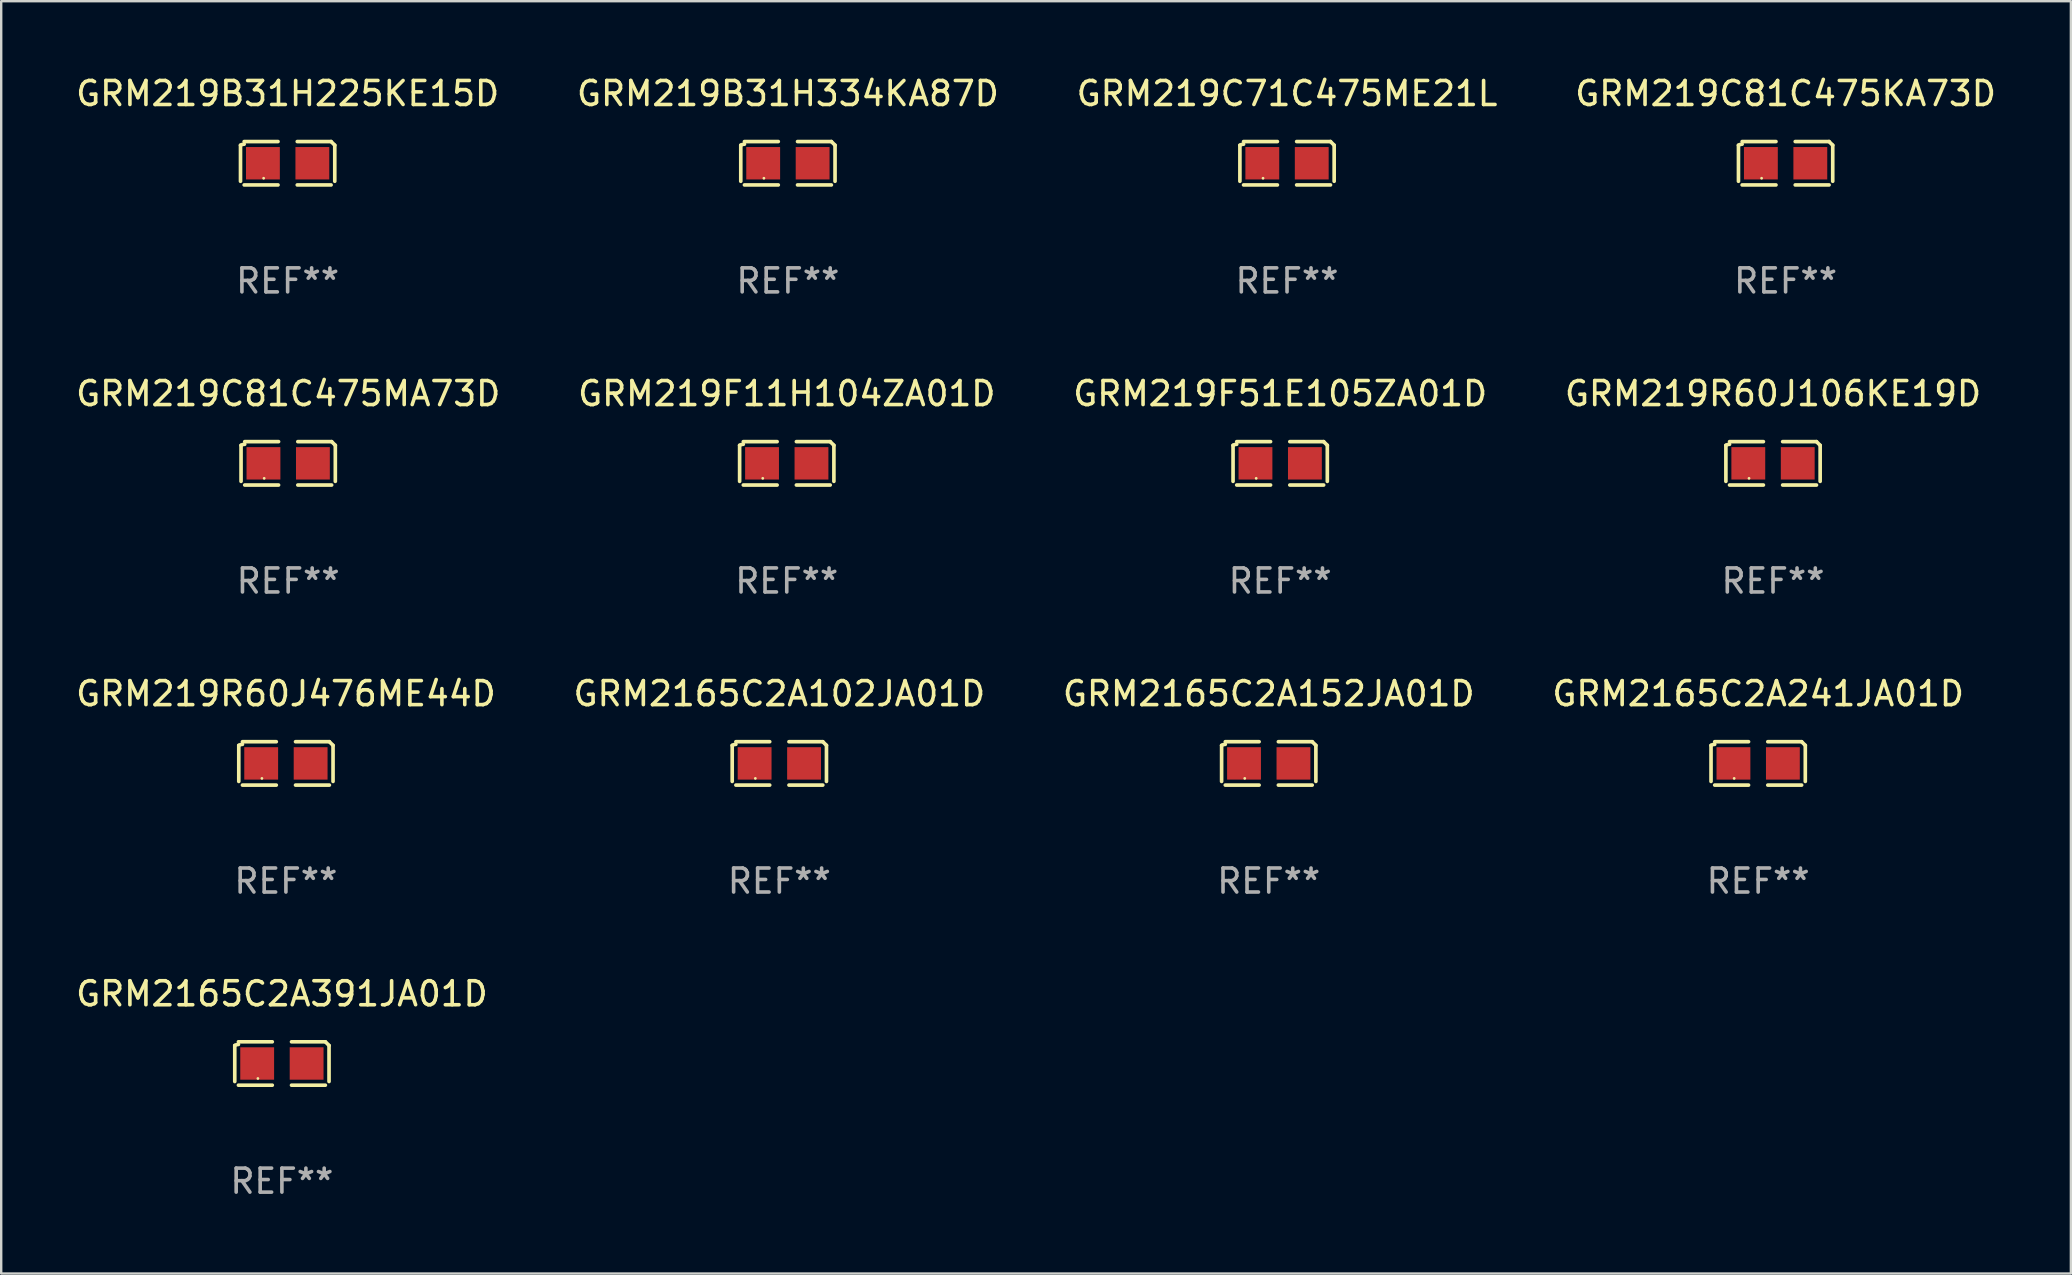
<source format=kicad_pcb>
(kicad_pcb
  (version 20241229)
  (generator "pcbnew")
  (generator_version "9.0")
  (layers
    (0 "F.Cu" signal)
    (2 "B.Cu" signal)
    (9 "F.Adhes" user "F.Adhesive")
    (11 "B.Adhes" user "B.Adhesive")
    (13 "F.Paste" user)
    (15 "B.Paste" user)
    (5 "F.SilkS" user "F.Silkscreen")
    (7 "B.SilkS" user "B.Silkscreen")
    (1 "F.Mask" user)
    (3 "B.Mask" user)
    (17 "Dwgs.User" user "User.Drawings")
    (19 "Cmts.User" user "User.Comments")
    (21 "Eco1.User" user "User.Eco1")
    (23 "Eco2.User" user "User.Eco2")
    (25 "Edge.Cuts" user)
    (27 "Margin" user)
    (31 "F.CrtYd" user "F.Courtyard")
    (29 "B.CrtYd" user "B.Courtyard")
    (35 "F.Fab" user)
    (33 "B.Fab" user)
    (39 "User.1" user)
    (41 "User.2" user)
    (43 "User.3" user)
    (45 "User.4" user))
  (footprint "GRM2165C2A241JA01D"
    (layer "F.Cu")
    (at 70.208 28.759)
    (property "Reference" "GRM2165C2A241JA01D" (at 0 -2.904 0) (layer "F.SilkS") (effects (font (size 1 1) (thickness 0.15))))
    (attr through_hole)
    (fp_line (start -1.964 0.751) (end -1.964 -0.751) (stroke (width 0.152) (type solid)) (layer "F.SilkS"))
    (fp_line (start -1.811 -0.904) (end -0.401 -0.904) (stroke (width 0.152) (type solid)) (layer "F.SilkS"))
    (fp_line (start -0.401 0.904) (end -1.811 0.904) (stroke (width 0.152) (type solid)) (layer "F.SilkS"))
    (fp_line (start 0.401 0.904) (end 1.811 0.904) (stroke (width 0.152) (type solid)) (layer "F.SilkS"))
    (fp_line (start 1.811 -0.904) (end 0.401 -0.904) (stroke (width 0.152) (type solid)) (layer "F.SilkS"))
    (fp_line (start 1.964 0.751) (end 1.964 -0.751) (stroke (width 0.152) (type solid)) (layer "F.SilkS"))
    (fp_arc (start -1.963602 -0.751207) (mid -1.890354 -0.783131) (end -1.811201 -0.794044) (stroke (width 0.1524) (type solid)) (layer "F.SilkS"))
    (fp_arc (start 1.811202 -0.903607) (mid 1.887413 -0.827418) (end 1.963602 -0.751207) (stroke (width 0.1524) (type solid)) (layer "F.SilkS"))
    (fp_circle (center -1 0.625) (end -0.97 0.625) (stroke (width 0.06) (type solid)) (fill no) (layer "F.SilkS"))
    (fp_text user "REF**" (at 0 4.904 0) (layer "F.Fab") (effects (font (size 1 1) (thickness 0.15))))
    (pad "1" smd rect (at -1.03 0) (size 1.41 1.35) (layers "F.Cu" "F.Mask" "F.Paste"))
    (pad "2" smd rect (at 1.03 0) (size 1.41 1.35) (layers "F.Cu" "F.Mask" "F.Paste")))
  (footprint "GRM219C71C475ME21L"
    (layer "F.Cu")
    (at 50.577 3.752)
    (property "Reference" "GRM219C71C475ME21L" (at 0 -2.904 0) (layer "F.SilkS") (effects (font (size 1 1) (thickness 0.15))))
    (attr through_hole)
    (fp_line (start -1.964 0.751) (end -1.964 -0.751) (stroke (width 0.152) (type solid)) (layer "F.SilkS"))
    (fp_line (start -1.811 -0.904) (end -0.401 -0.904) (stroke (width 0.152) (type solid)) (layer "F.SilkS"))
    (fp_line (start -0.401 0.904) (end -1.811 0.904) (stroke (width 0.152) (type solid)) (layer "F.SilkS"))
    (fp_line (start 0.401 0.904) (end 1.811 0.904) (stroke (width 0.152) (type solid)) (layer "F.SilkS"))
    (fp_line (start 1.811 -0.904) (end 0.401 -0.904) (stroke (width 0.152) (type solid)) (layer "F.SilkS"))
    (fp_line (start 1.964 0.751) (end 1.964 -0.751) (stroke (width 0.152) (type solid)) (layer "F.SilkS"))
    (fp_arc (start -1.963602 -0.751207) (mid -1.890354 -0.783131) (end -1.811201 -0.794044) (stroke (width 0.1524) (type solid)) (layer "F.SilkS"))
    (fp_arc (start 1.811202 -0.903607) (mid 1.887413 -0.827418) (end 1.963602 -0.751207) (stroke (width 0.1524) (type solid)) (layer "F.SilkS"))
    (fp_circle (center -1 0.625) (end -0.97 0.625) (stroke (width 0.06) (type solid)) (fill no) (layer "F.SilkS"))
    (fp_text user "REF**" (at 0 4.904 0) (layer "F.Fab") (effects (font (size 1 1) (thickness 0.15))))
    (pad "1" smd rect (at -1.03 0) (size 1.41 1.35) (layers "F.Cu" "F.Mask" "F.Paste"))
    (pad "2" smd rect (at 1.03 0) (size 1.41 1.35) (layers "F.Cu" "F.Mask" "F.Paste")))
  (footprint "GRM2165C2A152JA01D"
    (layer "F.Cu")
    (at 49.815 28.759)
    (property "Reference" "GRM2165C2A152JA01D" (at 0 -2.904 0) (layer "F.SilkS") (effects (font (size 1 1) (thickness 0.15))))
    (attr through_hole)
    (fp_line (start -1.964 0.751) (end -1.964 -0.751) (stroke (width 0.152) (type solid)) (layer "F.SilkS"))
    (fp_line (start -1.811 -0.904) (end -0.401 -0.904) (stroke (width 0.152) (type solid)) (layer "F.SilkS"))
    (fp_line (start -0.401 0.904) (end -1.811 0.904) (stroke (width 0.152) (type solid)) (layer "F.SilkS"))
    (fp_line (start 0.401 0.904) (end 1.811 0.904) (stroke (width 0.152) (type solid)) (layer "F.SilkS"))
    (fp_line (start 1.811 -0.904) (end 0.401 -0.904) (stroke (width 0.152) (type solid)) (layer "F.SilkS"))
    (fp_line (start 1.964 0.751) (end 1.964 -0.751) (stroke (width 0.152) (type solid)) (layer "F.SilkS"))
    (fp_arc (start -1.963602 -0.751207) (mid -1.890354 -0.783131) (end -1.811201 -0.794044) (stroke (width 0.1524) (type solid)) (layer "F.SilkS"))
    (fp_arc (start 1.811202 -0.903607) (mid 1.887413 -0.827418) (end 1.963602 -0.751207) (stroke (width 0.1524) (type solid)) (layer "F.SilkS"))
    (fp_circle (center -1 0.625) (end -0.97 0.625) (stroke (width 0.06) (type solid)) (fill no) (layer "F.SilkS"))
    (fp_text user "REF**" (at 0 4.904 0) (layer "F.Fab") (effects (font (size 1 1) (thickness 0.15))))
    (pad "1" smd rect (at -1.03 0) (size 1.41 1.35) (layers "F.Cu" "F.Mask" "F.Paste"))
    (pad "2" smd rect (at 1.03 0) (size 1.41 1.35) (layers "F.Cu" "F.Mask" "F.Paste")))
  (footprint "GRM2165C2A102JA01D"
    (layer "F.Cu")
    (at 29.423 28.759)
    (property "Reference" "GRM2165C2A102JA01D" (at 0 -2.904 0) (layer "F.SilkS") (effects (font (size 1 1) (thickness 0.15))))
    (attr through_hole)
    (fp_line (start -1.964 0.751) (end -1.964 -0.751) (stroke (width 0.152) (type solid)) (layer "F.SilkS"))
    (fp_line (start -1.811 -0.904) (end -0.401 -0.904) (stroke (width 0.152) (type solid)) (layer "F.SilkS"))
    (fp_line (start -0.401 0.904) (end -1.811 0.904) (stroke (width 0.152) (type solid)) (layer "F.SilkS"))
    (fp_line (start 0.401 0.904) (end 1.811 0.904) (stroke (width 0.152) (type solid)) (layer "F.SilkS"))
    (fp_line (start 1.811 -0.904) (end 0.401 -0.904) (stroke (width 0.152) (type solid)) (layer "F.SilkS"))
    (fp_line (start 1.964 0.751) (end 1.964 -0.751) (stroke (width 0.152) (type solid)) (layer "F.SilkS"))
    (fp_arc (start -1.963602 -0.751207) (mid -1.890354 -0.783131) (end -1.811201 -0.794044) (stroke (width 0.1524) (type solid)) (layer "F.SilkS"))
    (fp_arc (start 1.811202 -0.903607) (mid 1.887413 -0.827418) (end 1.963602 -0.751207) (stroke (width 0.1524) (type solid)) (layer "F.SilkS"))
    (fp_circle (center -1 0.625) (end -0.97 0.625) (stroke (width 0.06) (type solid)) (fill no) (layer "F.SilkS"))
    (fp_text user "REF**" (at 0 4.904 0) (layer "F.Fab") (effects (font (size 1 1) (thickness 0.15))))
    (pad "1" smd rect (at -1.03 0) (size 1.41 1.35) (layers "F.Cu" "F.Mask" "F.Paste"))
    (pad "2" smd rect (at 1.03 0) (size 1.41 1.35) (layers "F.Cu" "F.Mask" "F.Paste")))
  (footprint "GRM219F11H104ZA01D"
    (layer "F.Cu")
    (at 29.732 16.256)
    (property "Reference" "GRM219F11H104ZA01D" (at 0 -2.904 0) (layer "F.SilkS") (effects (font (size 1 1) (thickness 0.15))))
    (attr through_hole)
    (fp_line (start -1.964 0.751) (end -1.964 -0.751) (stroke (width 0.152) (type solid)) (layer "F.SilkS"))
    (fp_line (start -1.811 -0.904) (end -0.401 -0.904) (stroke (width 0.152) (type solid)) (layer "F.SilkS"))
    (fp_line (start -0.401 0.904) (end -1.811 0.904) (stroke (width 0.152) (type solid)) (layer "F.SilkS"))
    (fp_line (start 0.401 0.904) (end 1.811 0.904) (stroke (width 0.152) (type solid)) (layer "F.SilkS"))
    (fp_line (start 1.811 -0.904) (end 0.401 -0.904) (stroke (width 0.152) (type solid)) (layer "F.SilkS"))
    (fp_line (start 1.964 0.751) (end 1.964 -0.751) (stroke (width 0.152) (type solid)) (layer "F.SilkS"))
    (fp_arc (start -1.963602 -0.751207) (mid -1.890354 -0.783131) (end -1.811201 -0.794044) (stroke (width 0.1524) (type solid)) (layer "F.SilkS"))
    (fp_arc (start 1.811202 -0.903607) (mid 1.887413 -0.827418) (end 1.963602 -0.751207) (stroke (width 0.1524) (type solid)) (layer "F.SilkS"))
    (fp_circle (center -1 0.625) (end -0.97 0.625) (stroke (width 0.06) (type solid)) (fill no) (layer "F.SilkS"))
    (fp_text user "REF**" (at 0 4.904 0) (layer "F.Fab") (effects (font (size 1 1) (thickness 0.15))))
    (pad "1" smd rect (at -1.03 0) (size 1.41 1.35) (layers "F.Cu" "F.Mask" "F.Paste"))
    (pad "2" smd rect (at 1.03 0) (size 1.41 1.35) (layers "F.Cu" "F.Mask" "F.Paste")))
  (footprint "GRM219C81C475MA73D"
    (layer "F.Cu")
    (at 8.958 16.256)
    (property "Reference" "GRM219C81C475MA73D" (at 0 -2.904 0) (layer "F.SilkS") (effects (font (size 1 1) (thickness 0.15))))
    (attr through_hole)
    (fp_line (start -1.964 0.751) (end -1.964 -0.751) (stroke (width 0.152) (type solid)) (layer "F.SilkS"))
    (fp_line (start -1.811 -0.904) (end -0.401 -0.904) (stroke (width 0.152) (type solid)) (layer "F.SilkS"))
    (fp_line (start -0.401 0.904) (end -1.811 0.904) (stroke (width 0.152) (type solid)) (layer "F.SilkS"))
    (fp_line (start 0.401 0.904) (end 1.811 0.904) (stroke (width 0.152) (type solid)) (layer "F.SilkS"))
    (fp_line (start 1.811 -0.904) (end 0.401 -0.904) (stroke (width 0.152) (type solid)) (layer "F.SilkS"))
    (fp_line (start 1.964 0.751) (end 1.964 -0.751) (stroke (width 0.152) (type solid)) (layer "F.SilkS"))
    (fp_arc (start -1.963602 -0.751207) (mid -1.890354 -0.783131) (end -1.811201 -0.794044) (stroke (width 0.1524) (type solid)) (layer "F.SilkS"))
    (fp_arc (start 1.811202 -0.903607) (mid 1.887413 -0.827418) (end 1.963602 -0.751207) (stroke (width 0.1524) (type solid)) (layer "F.SilkS"))
    (fp_circle (center -1 0.625) (end -0.97 0.625) (stroke (width 0.06) (type solid)) (fill no) (layer "F.SilkS"))
    (fp_text user "REF**" (at 0 4.904 0) (layer "F.Fab") (effects (font (size 1 1) (thickness 0.15))))
    (pad "1" smd rect (at -1.03 0) (size 1.41 1.35) (layers "F.Cu" "F.Mask" "F.Paste"))
    (pad "2" smd rect (at 1.03 0) (size 1.41 1.35) (layers "F.Cu" "F.Mask" "F.Paste")))
  (footprint "GRM219R60J476ME44D"
    (layer "F.Cu")
    (at 8.863 28.759)
    (property "Reference" "GRM219R60J476ME44D" (at 0 -2.904 0) (layer "F.SilkS") (effects (font (size 1 1) (thickness 0.15))))
    (attr through_hole)
    (fp_line (start -1.964 0.751) (end -1.964 -0.751) (stroke (width 0.152) (type solid)) (layer "F.SilkS"))
    (fp_line (start -1.811 -0.904) (end -0.401 -0.904) (stroke (width 0.152) (type solid)) (layer "F.SilkS"))
    (fp_line (start -0.401 0.904) (end -1.811 0.904) (stroke (width 0.152) (type solid)) (layer "F.SilkS"))
    (fp_line (start 0.401 0.904) (end 1.811 0.904) (stroke (width 0.152) (type solid)) (layer "F.SilkS"))
    (fp_line (start 1.811 -0.904) (end 0.401 -0.904) (stroke (width 0.152) (type solid)) (layer "F.SilkS"))
    (fp_line (start 1.964 0.751) (end 1.964 -0.751) (stroke (width 0.152) (type solid)) (layer "F.SilkS"))
    (fp_arc (start -1.963602 -0.751207) (mid -1.890354 -0.783131) (end -1.811201 -0.794044) (stroke (width 0.1524) (type solid)) (layer "F.SilkS"))
    (fp_arc (start 1.811202 -0.903607) (mid 1.887413 -0.827418) (end 1.963602 -0.751207) (stroke (width 0.1524) (type solid)) (layer "F.SilkS"))
    (fp_circle (center -1 0.625) (end -0.97 0.625) (stroke (width 0.06) (type solid)) (fill no) (layer "F.SilkS"))
    (fp_text user "REF**" (at 0 4.904 0) (layer "F.Fab") (effects (font (size 1 1) (thickness 0.15))))
    (pad "1" smd rect (at -1.03 0) (size 1.41 1.35) (layers "F.Cu" "F.Mask" "F.Paste"))
    (pad "2" smd rect (at 1.03 0) (size 1.41 1.35) (layers "F.Cu" "F.Mask" "F.Paste")))
  (footprint "GRM219C81C475KA73D"
    (layer "F.Cu")
    (at 71.351 3.752)
    (property "Reference" "GRM219C81C475KA73D" (at 0 -2.904 0) (layer "F.SilkS") (effects (font (size 1 1) (thickness 0.15))))
    (attr through_hole)
    (fp_line (start -1.964 0.751) (end -1.964 -0.751) (stroke (width 0.152) (type solid)) (layer "F.SilkS"))
    (fp_line (start -1.811 -0.904) (end -0.401 -0.904) (stroke (width 0.152) (type solid)) (layer "F.SilkS"))
    (fp_line (start -0.401 0.904) (end -1.811 0.904) (stroke (width 0.152) (type solid)) (layer "F.SilkS"))
    (fp_line (start 0.401 0.904) (end 1.811 0.904) (stroke (width 0.152) (type solid)) (layer "F.SilkS"))
    (fp_line (start 1.811 -0.904) (end 0.401 -0.904) (stroke (width 0.152) (type solid)) (layer "F.SilkS"))
    (fp_line (start 1.964 0.751) (end 1.964 -0.751) (stroke (width 0.152) (type solid)) (layer "F.SilkS"))
    (fp_arc (start -1.963602 -0.751207) (mid -1.890354 -0.783131) (end -1.811201 -0.794044) (stroke (width 0.1524) (type solid)) (layer "F.SilkS"))
    (fp_arc (start 1.811202 -0.903607) (mid 1.887413 -0.827418) (end 1.963602 -0.751207) (stroke (width 0.1524) (type solid)) (layer "F.SilkS"))
    (fp_circle (center -1 0.625) (end -0.97 0.625) (stroke (width 0.06) (type solid)) (fill no) (layer "F.SilkS"))
    (fp_text user "REF**" (at 0 4.904 0) (layer "F.Fab") (effects (font (size 1 1) (thickness 0.15))))
    (pad "1" smd rect (at -1.03 0) (size 1.41 1.35) (layers "F.Cu" "F.Mask" "F.Paste"))
    (pad "2" smd rect (at 1.03 0) (size 1.41 1.35) (layers "F.Cu" "F.Mask" "F.Paste")))
  (footprint "GRM219B31H334KA87D"
    (layer "F.Cu")
    (at 29.78 3.752)
    (property "Reference" "GRM219B31H334KA87D" (at 0 -2.904 0) (layer "F.SilkS") (effects (font (size 1 1) (thickness 0.15))))
    (attr through_hole)
    (fp_line (start -1.964 0.751) (end -1.964 -0.751) (stroke (width 0.152) (type solid)) (layer "F.SilkS"))
    (fp_line (start -1.811 -0.904) (end -0.401 -0.904) (stroke (width 0.152) (type solid)) (layer "F.SilkS"))
    (fp_line (start -0.401 0.904) (end -1.811 0.904) (stroke (width 0.152) (type solid)) (layer "F.SilkS"))
    (fp_line (start 0.401 0.904) (end 1.811 0.904) (stroke (width 0.152) (type solid)) (layer "F.SilkS"))
    (fp_line (start 1.811 -0.904) (end 0.401 -0.904) (stroke (width 0.152) (type solid)) (layer "F.SilkS"))
    (fp_line (start 1.964 0.751) (end 1.964 -0.751) (stroke (width 0.152) (type solid)) (layer "F.SilkS"))
    (fp_arc (start -1.963602 -0.751207) (mid -1.890354 -0.783131) (end -1.811201 -0.794044) (stroke (width 0.1524) (type solid)) (layer "F.SilkS"))
    (fp_arc (start 1.811202 -0.903607) (mid 1.887413 -0.827418) (end 1.963602 -0.751207) (stroke (width 0.1524) (type solid)) (layer "F.SilkS"))
    (fp_circle (center -1 0.625) (end -0.97 0.625) (stroke (width 0.06) (type solid)) (fill no) (layer "F.SilkS"))
    (fp_text user "REF**" (at 0 4.904 0) (layer "F.Fab") (effects (font (size 1 1) (thickness 0.15))))
    (pad "1" smd rect (at -1.03 0) (size 1.41 1.35) (layers "F.Cu" "F.Mask" "F.Paste"))
    (pad "2" smd rect (at 1.03 0) (size 1.41 1.35) (layers "F.Cu" "F.Mask" "F.Paste")))
  (footprint "GRM2165C2A391JA01D"
    (layer "F.Cu")
    (at 8.696 41.263)
    (property "Reference" "GRM2165C2A391JA01D" (at 0 -2.904 0) (layer "F.SilkS") (effects (font (size 1 1) (thickness 0.15))))
    (attr through_hole)
    (fp_line (start -1.964 0.751) (end -1.964 -0.751) (stroke (width 0.152) (type solid)) (layer "F.SilkS"))
    (fp_line (start -1.811 -0.904) (end -0.401 -0.904) (stroke (width 0.152) (type solid)) (layer "F.SilkS"))
    (fp_line (start -0.401 0.904) (end -1.811 0.904) (stroke (width 0.152) (type solid)) (layer "F.SilkS"))
    (fp_line (start 0.401 0.904) (end 1.811 0.904) (stroke (width 0.152) (type solid)) (layer "F.SilkS"))
    (fp_line (start 1.811 -0.904) (end 0.401 -0.904) (stroke (width 0.152) (type solid)) (layer "F.SilkS"))
    (fp_line (start 1.964 0.751) (end 1.964 -0.751) (stroke (width 0.152) (type solid)) (layer "F.SilkS"))
    (fp_arc (start -1.963602 -0.751207) (mid -1.890354 -0.783131) (end -1.811201 -0.794044) (stroke (width 0.1524) (type solid)) (layer "F.SilkS"))
    (fp_arc (start 1.811202 -0.903607) (mid 1.887413 -0.827418) (end 1.963602 -0.751207) (stroke (width 0.1524) (type solid)) (layer "F.SilkS"))
    (fp_circle (center -1 0.625) (end -0.97 0.625) (stroke (width 0.06) (type solid)) (fill no) (layer "F.SilkS"))
    (fp_text user "REF**" (at 0 4.904 0) (layer "F.Fab") (effects (font (size 1 1) (thickness 0.15))))
    (pad "1" smd rect (at -1.03 0) (size 1.41 1.35) (layers "F.Cu" "F.Mask" "F.Paste"))
    (pad "2" smd rect (at 1.03 0) (size 1.41 1.35) (layers "F.Cu" "F.Mask" "F.Paste")))
  (footprint "GRM219R60J106KE19D"
    (layer "F.Cu")
    (at 70.827 16.256)
    (property "Reference" "GRM219R60J106KE19D" (at 0 -2.904 0) (layer "F.SilkS") (effects (font (size 1 1) (thickness 0.15))))
    (attr through_hole)
    (fp_line (start -1.964 0.751) (end -1.964 -0.751) (stroke (width 0.152) (type solid)) (layer "F.SilkS"))
    (fp_line (start -1.811 -0.904) (end -0.401 -0.904) (stroke (width 0.152) (type solid)) (layer "F.SilkS"))
    (fp_line (start -0.401 0.904) (end -1.811 0.904) (stroke (width 0.152) (type solid)) (layer "F.SilkS"))
    (fp_line (start 0.401 0.904) (end 1.811 0.904) (stroke (width 0.152) (type solid)) (layer "F.SilkS"))
    (fp_line (start 1.811 -0.904) (end 0.401 -0.904) (stroke (width 0.152) (type solid)) (layer "F.SilkS"))
    (fp_line (start 1.964 0.751) (end 1.964 -0.751) (stroke (width 0.152) (type solid)) (layer "F.SilkS"))
    (fp_arc (start -1.963602 -0.751207) (mid -1.890354 -0.783131) (end -1.811201 -0.794044) (stroke (width 0.1524) (type solid)) (layer "F.SilkS"))
    (fp_arc (start 1.811202 -0.903607) (mid 1.887413 -0.827418) (end 1.963602 -0.751207) (stroke (width 0.1524) (type solid)) (layer "F.SilkS"))
    (fp_circle (center -1 0.625) (end -0.97 0.625) (stroke (width 0.06) (type solid)) (fill no) (layer "F.SilkS"))
    (fp_text user "REF**" (at 0 4.904 0) (layer "F.Fab") (effects (font (size 1 1) (thickness 0.15))))
    (pad "1" smd rect (at -1.03 0) (size 1.41 1.35) (layers "F.Cu" "F.Mask" "F.Paste"))
    (pad "2" smd rect (at 1.03 0) (size 1.41 1.35) (layers "F.Cu" "F.Mask" "F.Paste")))
  (footprint "GRM219B31H225KE15D"
    (layer "F.Cu")
    (at 8.935 3.752)
    (property "Reference" "GRM219B31H225KE15D" (at 0 -2.904 0) (layer "F.SilkS") (effects (font (size 1 1) (thickness 0.15))))
    (attr through_hole)
    (fp_line (start -1.964 0.751) (end -1.964 -0.751) (stroke (width 0.152) (type solid)) (layer "F.SilkS"))
    (fp_line (start -1.811 -0.904) (end -0.401 -0.904) (stroke (width 0.152) (type solid)) (layer "F.SilkS"))
    (fp_line (start -0.401 0.904) (end -1.811 0.904) (stroke (width 0.152) (type solid)) (layer "F.SilkS"))
    (fp_line (start 0.401 0.904) (end 1.811 0.904) (stroke (width 0.152) (type solid)) (layer "F.SilkS"))
    (fp_line (start 1.811 -0.904) (end 0.401 -0.904) (stroke (width 0.152) (type solid)) (layer "F.SilkS"))
    (fp_line (start 1.964 0.751) (end 1.964 -0.751) (stroke (width 0.152) (type solid)) (layer "F.SilkS"))
    (fp_arc (start -1.963602 -0.751207) (mid -1.890354 -0.783131) (end -1.811201 -0.794044) (stroke (width 0.1524) (type solid)) (layer "F.SilkS"))
    (fp_arc (start 1.811202 -0.903607) (mid 1.887413 -0.827418) (end 1.963602 -0.751207) (stroke (width 0.1524) (type solid)) (layer "F.SilkS"))
    (fp_circle (center -1 0.625) (end -0.97 0.625) (stroke (width 0.06) (type solid)) (fill no) (layer "F.SilkS"))
    (fp_text user "REF**" (at 0 4.904 0) (layer "F.Fab") (effects (font (size 1 1) (thickness 0.15))))
    (pad "1" smd rect (at -1.03 0) (size 1.41 1.35) (layers "F.Cu" "F.Mask" "F.Paste"))
    (pad "2" smd rect (at 1.03 0) (size 1.41 1.35) (layers "F.Cu" "F.Mask" "F.Paste")))
  (footprint "GRM219F51E105ZA01D"
    (layer "F.Cu")
    (at 50.292 16.256)
    (property "Reference" "GRM219F51E105ZA01D" (at 0 -2.904 0) (layer "F.SilkS") (effects (font (size 1 1) (thickness 0.15))))
    (attr through_hole)
    (fp_line (start -1.964 0.751) (end -1.964 -0.751) (stroke (width 0.152) (type solid)) (layer "F.SilkS"))
    (fp_line (start -1.811 -0.904) (end -0.401 -0.904) (stroke (width 0.152) (type solid)) (layer "F.SilkS"))
    (fp_line (start -0.401 0.904) (end -1.811 0.904) (stroke (width 0.152) (type solid)) (layer "F.SilkS"))
    (fp_line (start 0.401 0.904) (end 1.811 0.904) (stroke (width 0.152) (type solid)) (layer "F.SilkS"))
    (fp_line (start 1.811 -0.904) (end 0.401 -0.904) (stroke (width 0.152) (type solid)) (layer "F.SilkS"))
    (fp_line (start 1.964 0.751) (end 1.964 -0.751) (stroke (width 0.152) (type solid)) (layer "F.SilkS"))
    (fp_arc (start -1.963602 -0.751207) (mid -1.890354 -0.783131) (end -1.811201 -0.794044) (stroke (width 0.1524) (type solid)) (layer "F.SilkS"))
    (fp_arc (start 1.811202 -0.903607) (mid 1.887413 -0.827418) (end 1.963602 -0.751207) (stroke (width 0.1524) (type solid)) (layer "F.SilkS"))
    (fp_circle (center -1 0.625) (end -0.97 0.625) (stroke (width 0.06) (type solid)) (fill no) (layer "F.SilkS"))
    (fp_text user "REF**" (at 0 4.904 0) (layer "F.Fab") (effects (font (size 1 1) (thickness 0.15))))
    (pad "1" smd rect (at -1.03 0) (size 1.41 1.35) (layers "F.Cu" "F.Mask" "F.Paste"))
    (pad "2" smd rect (at 1.03 0) (size 1.41 1.35) (layers "F.Cu" "F.Mask" "F.Paste")))
  (gr_rect
    (start -3 -3)
    (end 83.238 50.015)
    (stroke (width 0.1) (type default))
    (fill no)
    (layer "Edge.Cuts")))
</source>
